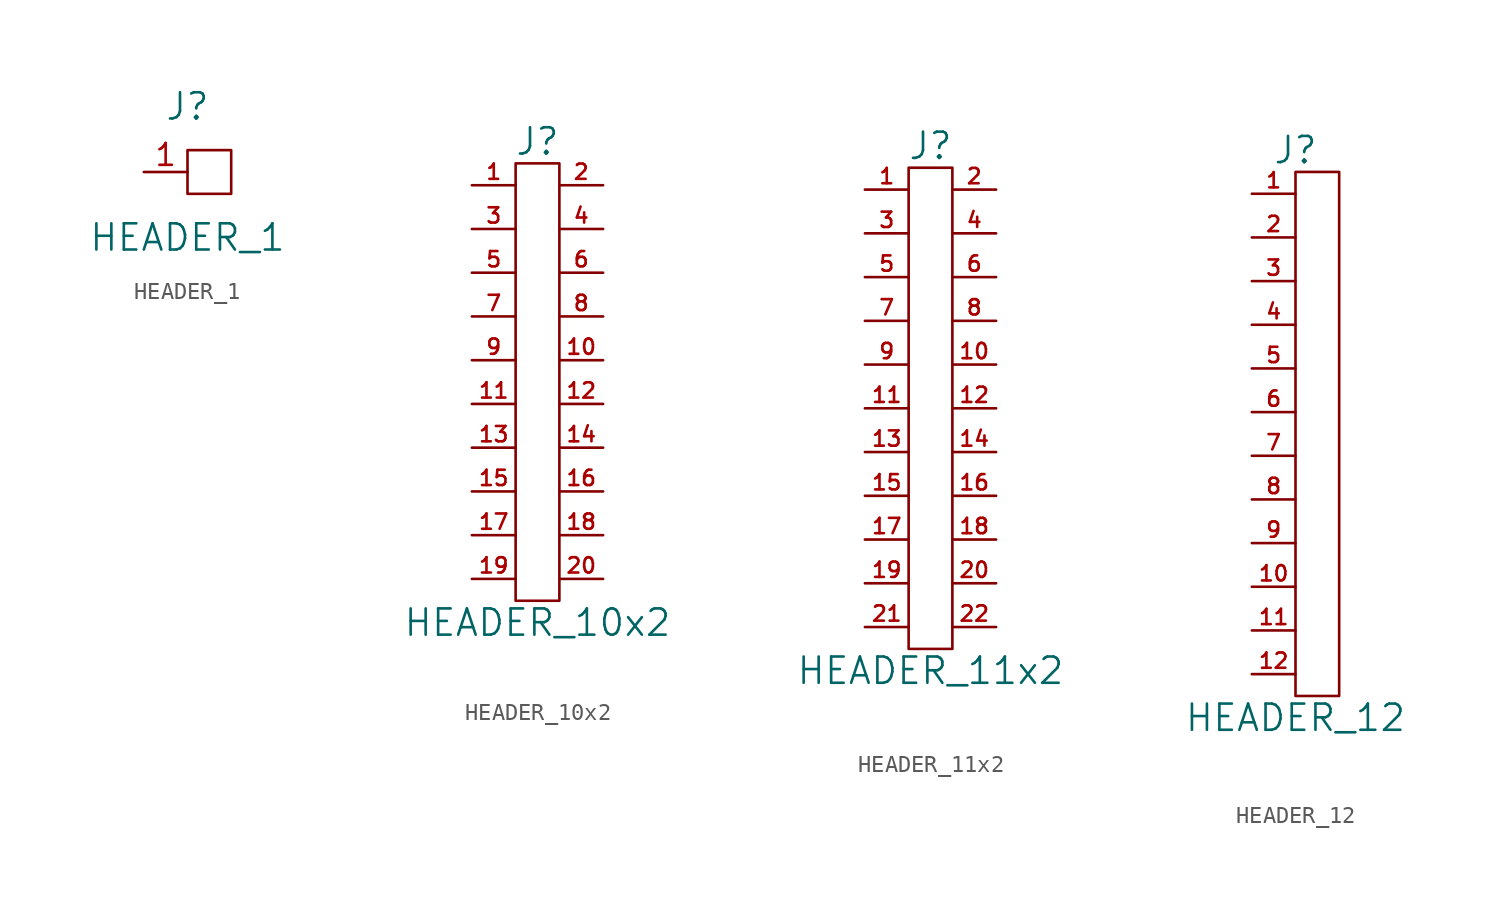
<source format=kicad_sym>
(kicad_symbol_lib
  (version 20211014)
  (generator kicad_symbol_editor)
  (symbol "HEADER_1"
    (pin_names
      (offset 0))
    (property "Reference" "J"
      (at 0 3.81 0)
      (effects (font (size 1.524 1.524))))
    (property "Value" "HEADER_1"
      (at 0 -3.81 0)
      (effects (font (size 1.524 1.524))))
    (property "Footprint" ""
      (at 0 0 0)
      (effects (font (size 1.524 1.524))))
    (property "Datasheet" ""
      (at 0 0 0)
      (effects (font (size 1.524 1.524))))
    (symbol "HEADER_1_0_1"
      (rectangle (start 2.54 1.27) (end 0 -1.27) (stroke (width 0) (type default) (color 0 0 0 0)) (fill (type none))))
    (symbol "HEADER_1_1_1"
      (pin passive line (at -2.54 0 0) (length 2.54) (name "~" (effects (font (size 1.27 1.27)))) (number "1" (effects (font (size 1.27 1.27)))))))
  (symbol "HEADER_10x2"
    (pin_names
      (offset 0))
    (property "Reference" "J"
      (at 0 13.97 0)
      (effects (font (size 1.524 1.524))))
    (property "Value" "HEADER_10x2"
      (at 0 -13.97 0)
      (effects (font (size 1.524 1.524))))
    (property "Footprint" ""
      (at 0 0 0)
      (effects (font (size 1.524 1.524))))
    (property "Datasheet" ""
      (at 0 0 0)
      (effects (font (size 1.524 1.524))))
    (symbol "HEADER_10x2_0_1"
      (rectangle (start 1.27 12.7) (end -1.27 -12.7) (stroke (width 0) (type default) (color 0 0 0 0)) (fill (type none))))
    (symbol "HEADER_10x2_1_1"
      (pin passive line (at -3.81 11.43 0) (length 2.54) (name "~" (effects (font (size 1.27 1.27)))) (number "1" (effects (font (size 0.889 0.889)))))
      (pin passive line (at 3.81 1.27 180) (length 2.54) (name "~" (effects (font (size 1.27 1.27)))) (number "10" (effects (font (size 0.889 0.889)))))
      (pin passive line (at -3.81 -1.27 0) (length 2.54) (name "~" (effects (font (size 1.27 1.27)))) (number "11" (effects (font (size 0.889 0.889)))))
      (pin passive line (at 3.81 -1.27 180) (length 2.54) (name "~" (effects (font (size 1.27 1.27)))) (number "12" (effects (font (size 0.889 0.889)))))
      (pin passive line (at -3.81 -3.81 0) (length 2.54) (name "~" (effects (font (size 1.27 1.27)))) (number "13" (effects (font (size 0.889 0.889)))))
      (pin passive line (at 3.81 -3.81 180) (length 2.54) (name "~" (effects (font (size 1.27 1.27)))) (number "14" (effects (font (size 0.889 0.889)))))
      (pin passive line (at -3.81 -6.35 0) (length 2.54) (name "~" (effects (font (size 1.27 1.27)))) (number "15" (effects (font (size 0.889 0.889)))))
      (pin passive line (at 3.81 -6.35 180) (length 2.54) (name "~" (effects (font (size 1.27 1.27)))) (number "16" (effects (font (size 0.889 0.889)))))
      (pin passive line (at -3.81 -8.89 0) (length 2.54) (name "~" (effects (font (size 1.27 1.27)))) (number "17" (effects (font (size 0.889 0.889)))))
      (pin passive line (at 3.81 -8.89 180) (length 2.54) (name "~" (effects (font (size 1.27 1.27)))) (number "18" (effects (font (size 0.889 0.889)))))
      (pin passive line (at -3.81 -11.43 0) (length 2.54) (name "~" (effects (font (size 1.27 1.27)))) (number "19" (effects (font (size 0.889 0.889)))))
      (pin passive line (at 3.81 11.43 180) (length 2.54) (name "~" (effects (font (size 1.27 1.27)))) (number "2" (effects (font (size 0.889 0.889)))))
      (pin passive line (at 3.81 -11.43 180) (length 2.54) (name "~" (effects (font (size 1.27 1.27)))) (number "20" (effects (font (size 0.889 0.889)))))
      (pin passive line (at -3.81 8.89 0) (length 2.54) (name "~" (effects (font (size 1.27 1.27)))) (number "3" (effects (font (size 0.889 0.889)))))
      (pin passive line (at 3.81 8.89 180) (length 2.54) (name "~" (effects (font (size 1.27 1.27)))) (number "4" (effects (font (size 0.889 0.889)))))
      (pin passive line (at -3.81 6.35 0) (length 2.54) (name "~" (effects (font (size 1.27 1.27)))) (number "5" (effects (font (size 0.889 0.889)))))
      (pin passive line (at 3.81 6.35 180) (length 2.54) (name "~" (effects (font (size 1.27 1.27)))) (number "6" (effects (font (size 0.889 0.889)))))
      (pin passive line (at -3.81 3.81 0) (length 2.54) (name "~" (effects (font (size 1.27 1.27)))) (number "7" (effects (font (size 0.889 0.889)))))
      (pin passive line (at 3.81 3.81 180) (length 2.54) (name "~" (effects (font (size 1.27 1.27)))) (number "8" (effects (font (size 0.889 0.889)))))
      (pin passive line (at -3.81 1.27 0) (length 2.54) (name "~" (effects (font (size 1.27 1.27)))) (number "9" (effects (font (size 0.889 0.889)))))))
  (symbol "HEADER_11x2"
    (pin_names
      (offset 0))
    (property "Reference" "J"
      (at 0 15.24 0)
      (effects (font (size 1.524 1.524))))
    (property "Value" "HEADER_11x2"
      (at 0 -15.24 0)
      (effects (font (size 1.524 1.524))))
    (property "Footprint" ""
      (at 0 -2.54 0)
      (effects (font (size 1.524 1.524))))
    (property "Datasheet" ""
      (at 0 -2.54 0)
      (effects (font (size 1.524 1.524))))
    (symbol "HEADER_11x2_0_1"
      (rectangle (start -1.27 13.97) (end 1.27 -13.97) (stroke (width 0) (type default) (color 0 0 0 0)) (fill (type none))))
    (symbol "HEADER_11x2_1_1"
      (pin passive line (at -3.81 12.7 0) (length 2.54) (name "~" (effects (font (size 0.889 0.889)))) (number "1" (effects (font (size 0.889 0.889)))))
      (pin passive line (at 3.81 2.54 180) (length 2.54) (name "~" (effects (font (size 1.27 1.27)))) (number "10" (effects (font (size 0.889 0.889)))))
      (pin passive line (at -3.81 0 0) (length 2.54) (name "~" (effects (font (size 1.27 1.27)))) (number "11" (effects (font (size 0.889 0.889)))))
      (pin passive line (at 3.81 0 180) (length 2.54) (name "~" (effects (font (size 1.27 1.27)))) (number "12" (effects (font (size 0.889 0.889)))))
      (pin passive line (at -3.81 -2.54 0) (length 2.54) (name "~" (effects (font (size 1.27 1.27)))) (number "13" (effects (font (size 0.889 0.889)))))
      (pin passive line (at 3.81 -2.54 180) (length 2.54) (name "~" (effects (font (size 1.27 1.27)))) (number "14" (effects (font (size 0.889 0.889)))))
      (pin passive line (at -3.81 -5.08 0) (length 2.54) (name "~" (effects (font (size 1.27 1.27)))) (number "15" (effects (font (size 0.889 0.889)))))
      (pin passive line (at 3.81 -5.08 180) (length 2.54) (name "~" (effects (font (size 1.27 1.27)))) (number "16" (effects (font (size 0.889 0.889)))))
      (pin passive line (at -3.81 -7.62 0) (length 2.54) (name "~" (effects (font (size 1.27 1.27)))) (number "17" (effects (font (size 0.889 0.889)))))
      (pin passive line (at 3.81 -7.62 180) (length 2.54) (name "~" (effects (font (size 1.27 1.27)))) (number "18" (effects (font (size 0.889 0.889)))))
      (pin passive line (at -3.81 -10.16 0) (length 2.54) (name "~" (effects (font (size 1.27 1.27)))) (number "19" (effects (font (size 0.889 0.889)))))
      (pin passive line (at 3.81 12.7 180) (length 2.54) (name "~" (effects (font (size 1.27 1.27)))) (number "2" (effects (font (size 0.889 0.889)))))
      (pin passive line (at 3.81 -10.16 180) (length 2.54) (name "~" (effects (font (size 1.27 1.27)))) (number "20" (effects (font (size 0.889 0.889)))))
      (pin passive line (at -3.81 -12.7 0) (length 2.54) (name "~" (effects (font (size 1.27 1.27)))) (number "21" (effects (font (size 0.889 0.889)))))
      (pin passive line (at 3.81 -12.7 180) (length 2.54) (name "~" (effects (font (size 1.27 1.27)))) (number "22" (effects (font (size 0.889 0.889)))))
      (pin passive line (at -3.81 10.16 0) (length 2.54) (name "~" (effects (font (size 1.27 1.27)))) (number "3" (effects (font (size 0.889 0.889)))))
      (pin passive line (at 3.81 10.16 180) (length 2.54) (name "~" (effects (font (size 1.27 1.27)))) (number "4" (effects (font (size 0.889 0.889)))))
      (pin passive line (at -3.81 7.62 0) (length 2.54) (name "~" (effects (font (size 1.27 1.27)))) (number "5" (effects (font (size 0.889 0.889)))))
      (pin passive line (at 3.81 7.62 180) (length 2.54) (name "~" (effects (font (size 1.27 1.27)))) (number "6" (effects (font (size 0.889 0.889)))))
      (pin passive line (at -3.81 5.08 0) (length 2.54) (name "~" (effects (font (size 1.27 1.27)))) (number "7" (effects (font (size 0.889 0.889)))))
      (pin passive line (at 3.81 5.08 180) (length 2.54) (name "~" (effects (font (size 1.27 1.27)))) (number "8" (effects (font (size 0.889 0.889)))))
      (pin passive line (at -3.81 2.54 0) (length 2.54) (name "~" (effects (font (size 1.27 1.27)))) (number "9" (effects (font (size 0.889 0.889)))))))
  (symbol "HEADER_12"
    (pin_names
      (offset 0))
    (property "Reference" "J"
      (at 0 16.51 0)
      (effects (font (size 1.524 1.524))))
    (property "Value" "HEADER_12"
      (at 0 -16.51 0)
      (effects (font (size 1.524 1.524))))
    (property "Footprint" ""
      (at 0 0 0)
      (effects (font (size 1.524 1.524))))
    (property "Datasheet" ""
      (at 0 0 0)
      (effects (font (size 1.524 1.524))))
    (symbol "HEADER_12_0_1"
      (rectangle (start 2.54 15.24) (end 0 -15.24) (stroke (width 0) (type default) (color 0 0 0 0)) (fill (type none))))
    (symbol "HEADER_12_1_1"
      (pin passive line (at -2.54 13.97 0) (length 2.54) (name "~" (effects (font (size 1.27 1.27)))) (number "1" (effects (font (size 0.889 0.889)))))
      (pin passive line (at -2.54 -8.89 0) (length 2.54) (name "~" (effects (font (size 1.27 1.27)))) (number "10" (effects (font (size 0.889 0.889)))))
      (pin passive line (at -2.54 -11.43 0) (length 2.54) (name "~" (effects (font (size 1.27 1.27)))) (number "11" (effects (font (size 0.889 0.889)))))
      (pin passive line (at -2.54 -13.97 0) (length 2.54) (name "~" (effects (font (size 1.27 1.27)))) (number "12" (effects (font (size 0.889 0.889)))))
      (pin passive line (at -2.54 11.43 0) (length 2.54) (name "~" (effects (font (size 1.27 1.27)))) (number "2" (effects (font (size 0.889 0.889)))))
      (pin passive line (at -2.54 8.89 0) (length 2.54) (name "~" (effects (font (size 1.27 1.27)))) (number "3" (effects (font (size 0.889 0.889)))))
      (pin passive line (at -2.54 6.35 0) (length 2.54) (name "~" (effects (font (size 1.27 1.27)))) (number "4" (effects (font (size 0.889 0.889)))))
      (pin passive line (at -2.54 3.81 0) (length 2.54) (name "~" (effects (font (size 1.27 1.27)))) (number "5" (effects (font (size 0.889 0.889)))))
      (pin passive line (at -2.54 1.27 0) (length 2.54) (name "~" (effects (font (size 1.27 1.27)))) (number "6" (effects (font (size 0.889 0.889)))))
      (pin passive line (at -2.54 -1.27 0) (length 2.54) (name "~" (effects (font (size 1.27 1.27)))) (number "7" (effects (font (size 0.889 0.889)))))
      (pin passive line (at -2.54 -3.81 0) (length 2.54) (name "~" (effects (font (size 1.27 1.27)))) (number "8" (effects (font (size 0.889 0.889)))))
      (pin passive line (at -2.54 -6.35 0) (length 2.54) (name "~" (effects (font (size 1.27 1.27)))) (number "9" (effects (font (size 0.889 0.889))))))))
</source>
